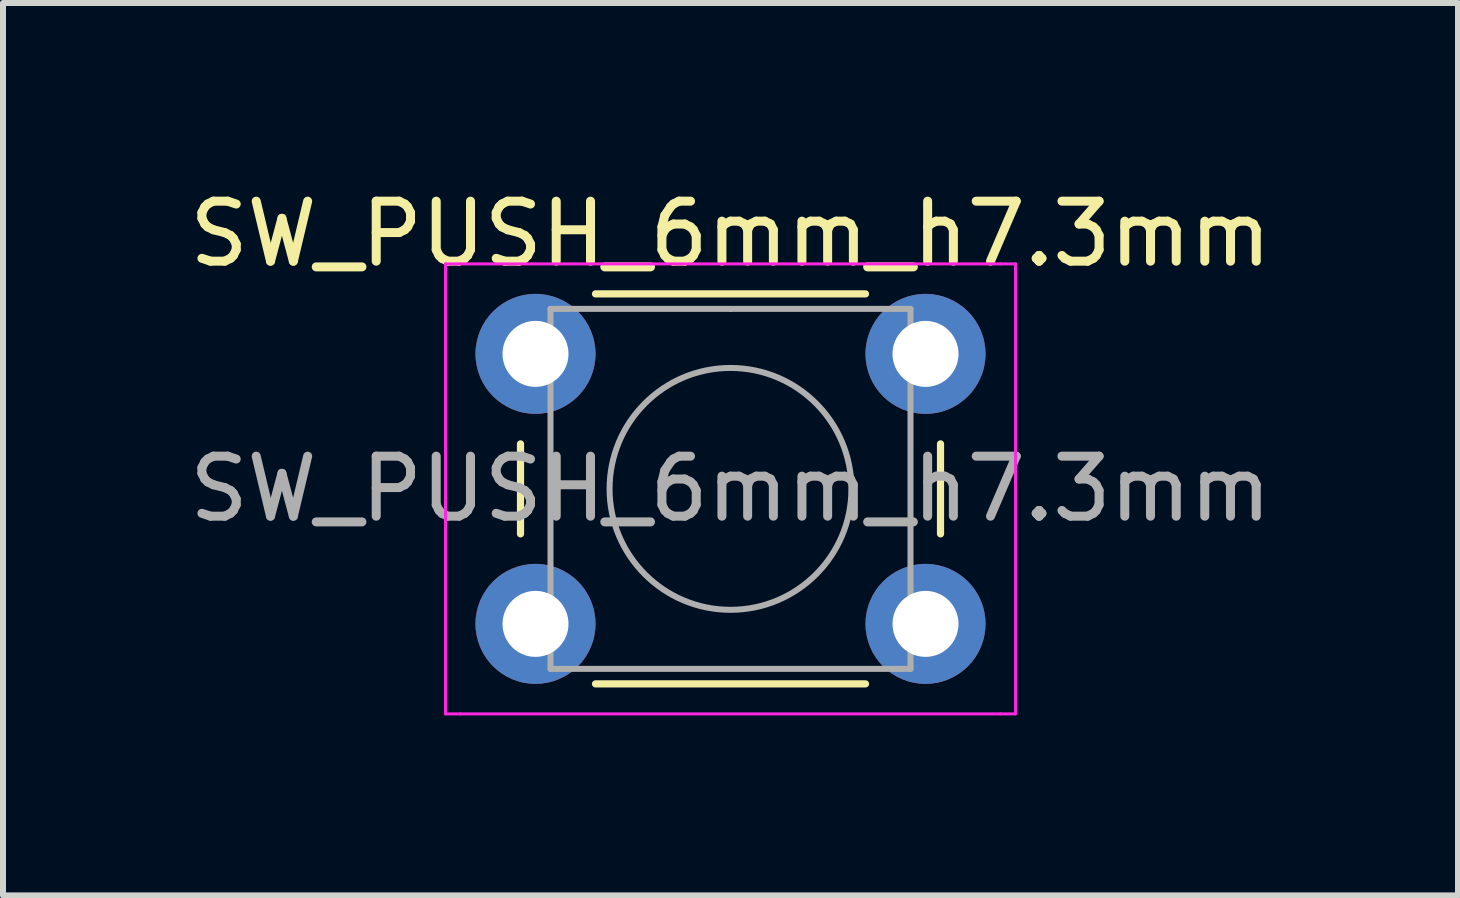
<source format=kicad_pcb>
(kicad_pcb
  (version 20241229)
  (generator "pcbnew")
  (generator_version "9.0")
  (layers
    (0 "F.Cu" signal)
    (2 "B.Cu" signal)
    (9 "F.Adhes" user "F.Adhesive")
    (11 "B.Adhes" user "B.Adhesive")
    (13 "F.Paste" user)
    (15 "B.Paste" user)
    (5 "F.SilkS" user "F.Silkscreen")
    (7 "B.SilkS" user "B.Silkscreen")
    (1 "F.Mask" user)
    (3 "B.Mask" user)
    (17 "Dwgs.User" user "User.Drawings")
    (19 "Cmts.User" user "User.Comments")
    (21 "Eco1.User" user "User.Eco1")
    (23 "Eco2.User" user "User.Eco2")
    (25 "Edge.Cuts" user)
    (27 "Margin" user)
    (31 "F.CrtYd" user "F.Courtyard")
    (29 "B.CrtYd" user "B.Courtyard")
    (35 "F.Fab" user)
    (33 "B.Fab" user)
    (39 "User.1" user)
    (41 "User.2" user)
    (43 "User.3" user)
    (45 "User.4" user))
  (footprint "SW_PUSH_6mm_h7.3mm"
    (layer "F.Cu")
    (at 5.875 2.848)
    (property "Reference" "SW_PUSH_6mm_h7.3mm" (at 3.25 -2 0) (layer "F.SilkS") (effects (font (size 1 1) (thickness 0.15))))
    (attr through_hole)
    (fp_line (start -0.25 1.5) (end -0.25 3) (stroke (width 0.12) (type solid)) (layer "F.SilkS"))
    (fp_line (start 1 5.5) (end 5.5 5.5) (stroke (width 0.12) (type solid)) (layer "F.SilkS"))
    (fp_line (start 5.5 -1) (end 1 -1) (stroke (width 0.12) (type solid)) (layer "F.SilkS"))
    (fp_line (start 6.75 3) (end 6.75 1.5) (stroke (width 0.12) (type solid)) (layer "F.SilkS"))
    (fp_line (start -1.5 -1.5) (end -1.25 -1.5) (stroke (width 0.05) (type solid)) (layer "F.CrtYd"))
    (fp_line (start -1.5 -1.25) (end -1.5 -1.5) (stroke (width 0.05) (type solid)) (layer "F.CrtYd"))
    (fp_line (start -1.5 5.75) (end -1.5 -1.25) (stroke (width 0.05) (type solid)) (layer "F.CrtYd"))
    (fp_line (start -1.5 5.75) (end -1.5 6) (stroke (width 0.05) (type solid)) (layer "F.CrtYd"))
    (fp_line (start -1.5 6) (end -1.25 6) (stroke (width 0.05) (type solid)) (layer "F.CrtYd"))
    (fp_line (start -1.25 -1.5) (end 7.75 -1.5) (stroke (width 0.05) (type solid)) (layer "F.CrtYd"))
    (fp_line (start 7.75 -1.5) (end 8 -1.5) (stroke (width 0.05) (type solid)) (layer "F.CrtYd"))
    (fp_line (start 7.75 6) (end -1.25 6) (stroke (width 0.05) (type solid)) (layer "F.CrtYd"))
    (fp_line (start 7.75 6) (end 8 6) (stroke (width 0.05) (type solid)) (layer "F.CrtYd"))
    (fp_line (start 8 -1.5) (end 8 -1.25) (stroke (width 0.05) (type solid)) (layer "F.CrtYd"))
    (fp_line (start 8 -1.25) (end 8 5.75) (stroke (width 0.05) (type solid)) (layer "F.CrtYd"))
    (fp_line (start 8 6) (end 8 5.75) (stroke (width 0.05) (type solid)) (layer "F.CrtYd"))
    (fp_line (start 0.25 -0.75) (end 3.25 -0.75) (stroke (width 0.1) (type solid)) (layer "F.Fab"))
    (fp_line (start 0.25 5.25) (end 0.25 -0.75) (stroke (width 0.1) (type solid)) (layer "F.Fab"))
    (fp_line (start 3.25 -0.75) (end 6.25 -0.75) (stroke (width 0.1) (type solid)) (layer "F.Fab"))
    (fp_line (start 6.25 -0.75) (end 6.25 5.25) (stroke (width 0.1) (type solid)) (layer "F.Fab"))
    (fp_line (start 6.25 5.25) (end 0.25 5.25) (stroke (width 0.1) (type solid)) (layer "F.Fab"))
    (fp_circle (center 3.25 2.25) (end 1.25 2.5) (stroke (width 0.1) (type solid)) (fill no) (layer "F.Fab"))
    (fp_text user "${REFERENCE}" (at 3.25 2.25 0) (layer "F.Fab") (effects (font (size 1 1) (thickness 0.15))))
    (pad "1" thru_hole circle (at 0 0 90) (size 2 2) (drill 1.1) (layers "*.Cu" "*.Mask"))
    (pad "2" thru_hole circle (at 0 4.5 90) (size 2 2) (drill 1.1) (layers "*.Cu" "*.Mask"))
    (pad "3" thru_hole circle (at 6.5 0 90) (size 2 2) (drill 1.1) (layers "*.Cu" "*.Mask"))
    (pad "4" thru_hole circle (at 6.5 4.5 90) (size 2 2) (drill 1.1) (layers "*.Cu" "*.Mask")))
  (gr_rect
    (start -3 -3)
    (end 21.25 11.873)
    (stroke (width 0.1) (type default))
    (fill no)
    (layer "Edge.Cuts")))
</source>
